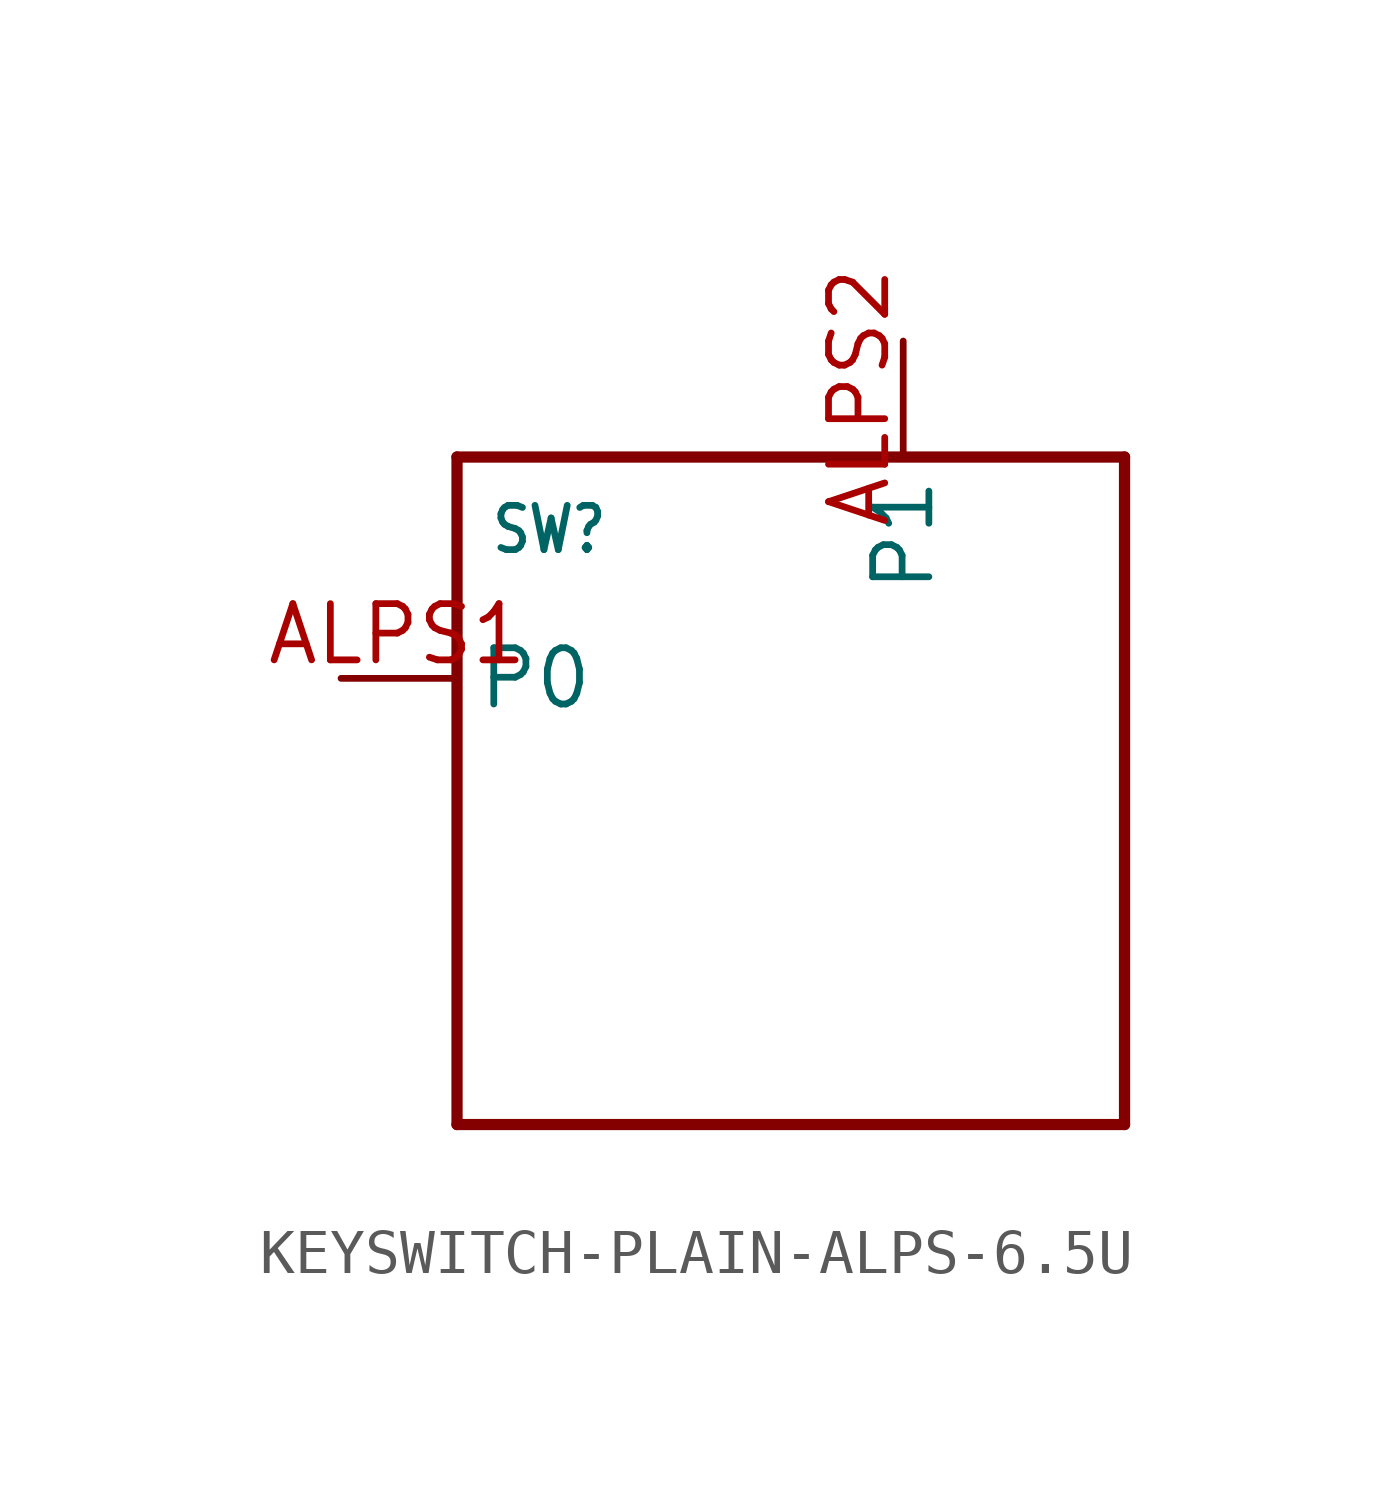
<source format=kicad_sym>
(kicad_symbol_lib
  (version 20211014)
  (generator kicad_symbol_editor)
  (symbol "KEYSWITCH-PLAIN-ALPS-6.5U"
    (property "Reference" "SW"
      (at -6.81 5.318 0)
      (effects (font (size 1 0.85)) (justify left bottom)))
    (property "ki_locked" ""
      (at 0 0 0)
      (effects (font (size 1.27 1.27))))
    (symbol "KEYSWITCH-PLAIN-ALPS-6.5U_1_0"
      (polyline (pts (xy -7.54 -7.54) (xy -7.54 7.54)) (stroke (width 0.254) (type default) (color 0 0 0 0)) (fill (type none)))
      (polyline (pts (xy -7.54 7.54) (xy 7.54 7.54)) (stroke (width 0.254) (type default) (color 0 0 0 0)) (fill (type none)))
      (polyline (pts (xy 7.54 -7.54) (xy -7.54 -7.54)) (stroke (width 0.254) (type default) (color 0 0 0 0)) (fill (type none)))
      (polyline (pts (xy 7.54 7.54) (xy 7.54 -7.54)) (stroke (width 0.254) (type default) (color 0 0 0 0)) (fill (type none)))
      (pin bidirectional line (at -10.16 2.54 0) (length 2.54) (name "P0" (effects (font (size 1.27 1.27)))) (number "ALPS1" (effects (font (size 1.27 1.27)))))
      (pin bidirectional line (at 2.54 10.16 270) (length 2.54) (name "P1" (effects (font (size 1.27 1.27)))) (number "ALPS2" (effects (font (size 1.27 1.27))))))))
</source>
